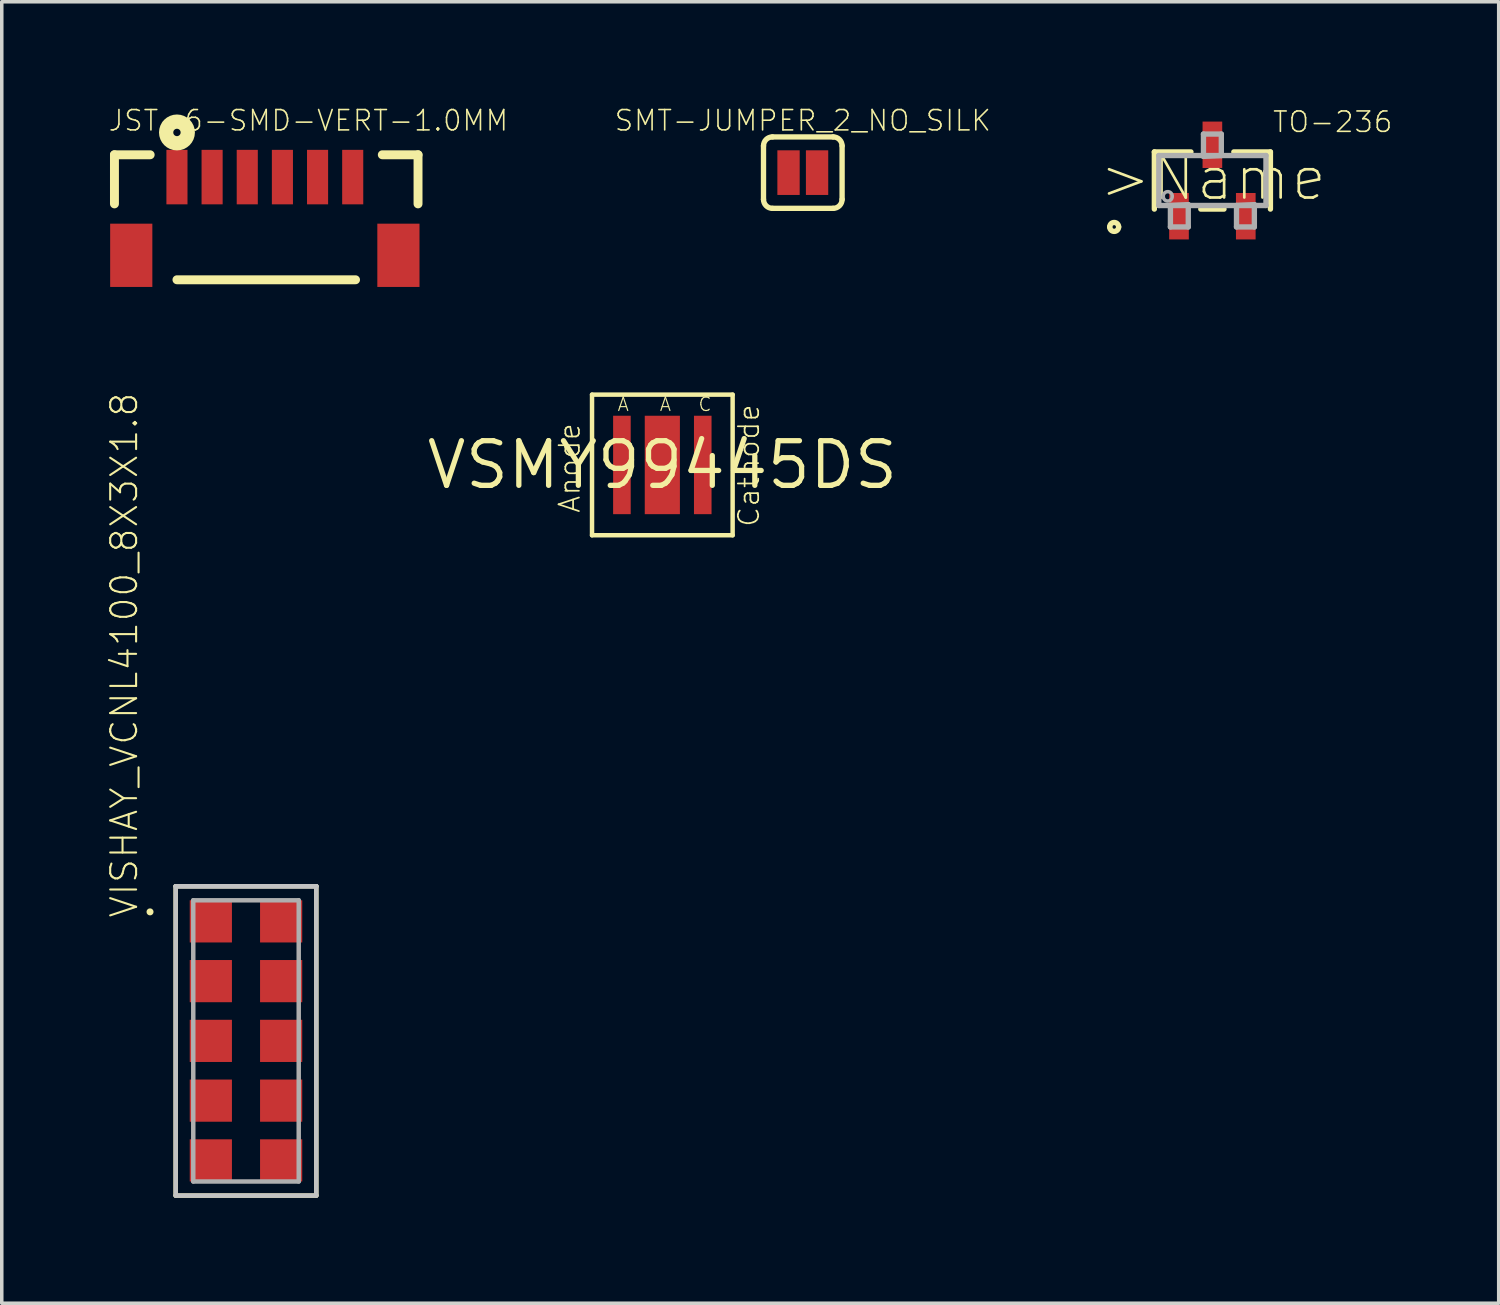
<source format=kicad_pcb>
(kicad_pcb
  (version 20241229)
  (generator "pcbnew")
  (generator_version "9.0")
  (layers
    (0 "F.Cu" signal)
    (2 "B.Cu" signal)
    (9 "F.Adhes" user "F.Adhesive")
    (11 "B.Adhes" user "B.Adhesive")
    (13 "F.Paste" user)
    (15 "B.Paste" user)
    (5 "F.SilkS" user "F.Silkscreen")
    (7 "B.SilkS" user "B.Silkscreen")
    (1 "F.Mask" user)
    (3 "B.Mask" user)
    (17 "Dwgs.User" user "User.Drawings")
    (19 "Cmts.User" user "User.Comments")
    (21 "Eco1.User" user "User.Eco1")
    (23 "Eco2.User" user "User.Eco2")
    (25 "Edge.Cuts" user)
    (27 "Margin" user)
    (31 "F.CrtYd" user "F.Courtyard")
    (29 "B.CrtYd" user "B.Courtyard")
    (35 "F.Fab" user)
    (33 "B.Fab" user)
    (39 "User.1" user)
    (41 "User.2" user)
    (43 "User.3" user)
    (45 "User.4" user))
  (footprint "VISHAY_VCNL4100_8X3X1.8"
    (layer "F.Cu")
    (at 3.948 26.561)
    (property "Reference" "VISHAY_VCNL4100_8X3X1.8" (at -3.033 -3.461 90) (layer "F.SilkS") (effects (font (size 0.737 0.737) (thickness 0.059)) (justify left bottom)))
    (attr through_hole)
    (fp_line (start -2 -4.4) (end 2 -4.4) (stroke (width 0.127) (type solid)) (layer "F.SilkS"))
    (fp_line (start -2 4.4) (end -2 -4.4) (stroke (width 0.127) (type solid)) (layer "F.SilkS"))
    (fp_line (start 2 -4.4) (end 2 4.4) (stroke (width 0.127) (type solid)) (layer "F.SilkS"))
    (fp_line (start 2 4.4) (end -2 4.4) (stroke (width 0.127) (type solid)) (layer "F.SilkS"))
    (fp_circle (center -2.73 -3.67) (end -2.68 -3.67) (stroke (width 0.1) (type solid)) (fill no) (layer "F.SilkS"))
    (fp_line (start -2 -4.4) (end 2 -4.4) (stroke (width 0.127) (type solid)) (layer "Dwgs.User"))
    (fp_line (start -2 -4.4) (end 2 -4.4) (stroke (width 0.127) (type solid)) (layer "Dwgs.User"))
    (fp_line (start -2 4.4) (end -2 -4.4) (stroke (width 0.127) (type solid)) (layer "Dwgs.User"))
    (fp_line (start 2 -4.4) (end 2 4.4) (stroke (width 0.127) (type solid)) (layer "Dwgs.User"))
    (fp_line (start 2 4.4) (end -2 4.4) (stroke (width 0.127) (type solid)) (layer "Dwgs.User"))
    (fp_line (start -1.5 -4) (end 1.5 -4) (stroke (width 0.127) (type solid)) (layer "F.Fab"))
    (fp_line (start -1.5 4) (end -1.5 -4) (stroke (width 0.127) (type solid)) (layer "F.Fab"))
    (fp_line (start 1.5 -4) (end 1.5 4) (stroke (width 0.127) (type solid)) (layer "F.Fab"))
    (fp_line (start 1.5 4) (end -1.5 4) (stroke (width 0.127) (type solid)) (layer "F.Fab"))
    (pad "1" smd rect (at -1 -3.4 270) (size 1.2 1.2) (layers "F.Cu" "F.Mask" "F.Paste"))
    (pad "2" smd rect (at -1 -1.7 270) (size 1.2 1.2) (layers "F.Cu" "F.Mask" "F.Paste"))
    (pad "3" smd rect (at -1 0 270) (size 1.2 1.2) (layers "F.Cu" "F.Mask" "F.Paste"))
    (pad "4" smd rect (at -1 1.7 270) (size 1.2 1.2) (layers "F.Cu" "F.Mask" "F.Paste"))
    (pad "5" smd rect (at -1 3.4 270) (size 1.2 1.2) (layers "F.Cu" "F.Mask" "F.Paste"))
    (pad "6" smd rect (at 1 3.4 270) (size 1.2 1.2) (layers "F.Cu" "F.Mask" "F.Paste"))
    (pad "7" smd rect (at 1 1.7 270) (size 1.2 1.2) (layers "F.Cu" "F.Mask" "F.Paste"))
    (pad "8" smd rect (at 1 0 270) (size 1.2 1.2) (layers "F.Cu" "F.Mask" "F.Paste"))
    (pad "9" smd rect (at 1 -1.7 270) (size 1.2 1.2) (layers "F.Cu" "F.Mask" "F.Paste"))
    (pad "10" smd rect (at 1 -3.4 270) (size 1.2 1.2) (layers "F.Cu" "F.Mask" "F.Paste")))
  (footprint "JST-6-SMD-VERT-1.0MM"
    (layer "F.Cu")
    (at 4.524 3.258)
    (property "Reference" "JST-6-SMD-VERT-1.0MM" (at -4.524 -2.54 180) (layer "F.SilkS") (effects (font (size 0.579 0.579) (thickness 0.046)) (justify left bottom)))
    (attr through_hole)
    (fp_line (start -4.318 -1.905) (end -3.302 -1.905) (stroke (width 0.254) (type solid)) (layer "F.SilkS"))
    (fp_line (start -4.318 -0.508) (end -4.318 -1.905) (stroke (width 0.254) (type solid)) (layer "F.SilkS"))
    (fp_line (start -2.54 1.651) (end 2.54 1.651) (stroke (width 0.254) (type solid)) (layer "F.SilkS"))
    (fp_line (start 3.302 -1.905) (end 4.318 -1.905) (stroke (width 0.254) (type solid)) (layer "F.SilkS"))
    (fp_line (start 4.318 -1.905) (end 4.318 -0.508) (stroke (width 0.254) (type solid)) (layer "F.SilkS"))
    (fp_circle (center -2.54 -2.54) (end -2.435 -2.54) (stroke (width 0.406) (type solid)) (fill no) (layer "F.SilkS"))
    (pad "1" smd rect (at -2.54 -1.27) (size 0.6 1.55) (layers "F.Cu" "F.Mask" "F.Paste"))
    (pad "2" smd rect (at -1.54 -1.27) (size 0.6 1.55) (layers "F.Cu" "F.Mask" "F.Paste"))
    (pad "3" smd rect (at -0.54 -1.27) (size 0.6 1.55) (layers "F.Cu" "F.Mask" "F.Paste"))
    (pad "4" smd rect (at 0.46 -1.27) (size 0.6 1.55) (layers "F.Cu" "F.Mask" "F.Paste"))
    (pad "5" smd rect (at 1.46 -1.27) (size 0.6 1.55) (layers "F.Cu" "F.Mask" "F.Paste"))
    (pad "6" smd rect (at 2.46 -1.27) (size 0.6 1.55) (layers "F.Cu" "F.Mask" "F.Paste"))
    (pad "P$1" smd rect (at -3.84 0.955) (size 1.2 1.8) (layers "F.Cu" "F.Mask" "F.Paste"))
    (pad "P$2" smd rect (at 3.76 0.955) (size 1.2 1.8) (layers "F.Cu" "F.Mask" "F.Paste")))
  (footprint "TO-236"
    (layer "F.Cu")
    (at 31.44 2.085)
    (property "Reference" "TO-236" (at 3.423 -1.665 180) (layer "F.SilkS") (effects (font (size 0.579 0.579) (thickness 0.046))))
    (attr through_hole)
    (fp_line (start -1.651 -0.813) (end -1.651 0.813) (stroke (width 0.152) (type solid)) (layer "F.SilkS"))
    (fp_line (start -0.61 -0.813) (end -1.651 -0.813) (stroke (width 0.152) (type solid)) (layer "F.SilkS"))
    (fp_line (start -0.33 0.813) (end 0.33 0.813) (stroke (width 0.152) (type solid)) (layer "F.SilkS"))
    (fp_line (start 1.651 -0.813) (end 0.61 -0.813) (stroke (width 0.152) (type solid)) (layer "F.SilkS"))
    (fp_line (start 1.651 0.813) (end 1.651 -0.813) (stroke (width 0.152) (type solid)) (layer "F.SilkS"))
    (fp_arc (start -2.921 1.3208) (mid -2.794 1.1938) (end -2.667 1.3208) (stroke (width 0.1524) (type solid)) (layer "F.SilkS"))
    (fp_arc (start -2.667 1.3208) (mid -2.794 1.4478) (end -2.921 1.3208) (stroke (width 0.1524) (type solid)) (layer "F.SilkS"))
    (fp_line (start -1.524 -0.711) (end -1.524 0.711) (stroke (width 0.152) (type solid)) (layer "F.Fab"))
    (fp_line (start -1.524 0.711) (end 1.524 0.711) (stroke (width 0.152) (type solid)) (layer "F.Fab"))
    (fp_line (start -1.194 0.711) (end -1.194 1.321) (stroke (width 0.152) (type solid)) (layer "F.Fab"))
    (fp_line (start -1.194 1.321) (end -0.686 1.321) (stroke (width 0.152) (type solid)) (layer "F.Fab"))
    (fp_line (start -0.686 0.686) (end -1.194 0.711) (stroke (width 0.152) (type solid)) (layer "F.Fab"))
    (fp_line (start -0.686 1.321) (end -0.686 0.686) (stroke (width 0.152) (type solid)) (layer "F.Fab"))
    (fp_line (start -0.254 -1.321) (end -0.254 -0.686) (stroke (width 0.152) (type solid)) (layer "F.Fab"))
    (fp_line (start -0.254 -0.686) (end 0.254 -0.711) (stroke (width 0.152) (type solid)) (layer "F.Fab"))
    (fp_line (start 0.254 -1.321) (end -0.254 -1.321) (stroke (width 0.152) (type solid)) (layer "F.Fab"))
    (fp_line (start 0.254 -0.711) (end 0.254 -1.321) (stroke (width 0.152) (type solid)) (layer "F.Fab"))
    (fp_line (start 0.686 0.711) (end 0.686 1.321) (stroke (width 0.152) (type solid)) (layer "F.Fab"))
    (fp_line (start 0.686 1.321) (end 1.194 1.321) (stroke (width 0.152) (type solid)) (layer "F.Fab"))
    (fp_line (start 1.194 0.686) (end 0.686 0.711) (stroke (width 0.152) (type solid)) (layer "F.Fab"))
    (fp_line (start 1.194 1.321) (end 1.194 0.686) (stroke (width 0.152) (type solid)) (layer "F.Fab"))
    (fp_line (start 1.524 -0.711) (end -1.524 -0.711) (stroke (width 0.152) (type solid)) (layer "F.Fab"))
    (fp_line (start 1.524 0.711) (end 1.524 -0.711) (stroke (width 0.152) (type solid)) (layer "F.Fab"))
    (fp_arc (start -1.397 0.4572) (mid -1.2827 0.3175) (end -1.143 0.4318) (stroke (width 0.1) (type solid)) (layer "F.Fab"))
    (fp_arc (start -1.143 0.4572) (mid -1.27 0.5842) (end -1.397 0.4572) (stroke (width 0.1) (type solid)) (layer "F.Fab"))
    (fp_text user ">Name" (at -3.277 0.635 0) (layer "F.SilkS") (effects (font (size 1.206 1.206) (thickness 0.076)) (justify left bottom)))
    (pad "1" smd rect (at -0.95 1.016) (size 0.559 1.321) (layers "F.Cu" "F.Mask" "F.Paste"))
    (pad "2" smd rect (at 0.95 1.016) (size 0.559 1.321) (layers "F.Cu" "F.Mask" "F.Paste"))
    (pad "3" smd rect (at 0 -1.016) (size 0.559 1.321) (layers "F.Cu" "F.Mask" "F.Paste")))
  (footprint "VSMY99445DS"
    (layer "F.Cu")
    (at 15.792 10.177)
    (property "Reference" "VSMY99445DS" (at 0 0 0) (layer "F.SilkS") (effects (font (size 1.27 1.27) (thickness 0.15))))
    (attr through_hole)
    (fp_line (start -2 -2) (end 2 -2) (stroke (width 0.127) (type solid)) (layer "F.SilkS"))
    (fp_line (start -2 2) (end -2 -2) (stroke (width 0.127) (type solid)) (layer "F.SilkS"))
    (fp_line (start 2 -2) (end 2 2) (stroke (width 0.127) (type solid)) (layer "F.SilkS"))
    (fp_line (start 2 2) (end -2 2) (stroke (width 0.127) (type solid)) (layer "F.SilkS"))
    (fp_text user "Anode" (at -2.3 1.4 90) (layer "F.SilkS") (effects (font (size 0.579 0.579) (thickness 0.049)) (justify left bottom)))
    (fp_text user "Cathode" (at 2.8 1.8 90) (layer "F.SilkS") (effects (font (size 0.579 0.579) (thickness 0.049)) (justify left bottom)))
    (fp_text user "A" (at -1.3 -1.5 0) (layer "F.SilkS") (effects (font (size 0.386 0.386) (thickness 0.033)) (justify left bottom)))
    (fp_text user "C" (at 1 -1.5 0) (layer "F.SilkS") (effects (font (size 0.386 0.386) (thickness 0.033)) (justify left bottom)))
    (fp_text user "A" (at -0.1 -1.5 0) (layer "F.SilkS") (effects (font (size 0.386 0.386) (thickness 0.033)) (justify left bottom)))
    (pad "P$1" smd rect (at 0 0) (size 1 2.8) (layers "F.Cu" "F.Mask" "F.Paste"))
    (pad "P$2" smd rect (at -1.15 0) (size 0.5 2.8) (layers "F.Cu" "F.Mask" "F.Paste"))
    (pad "P$3" smd rect (at 1.15 0) (size 0.5 2.8) (layers "F.Cu" "F.Mask" "F.Paste")))
  (footprint "SMT-JUMPER_2_NO_SILK"
    (layer "F.Cu")
    (at 19.788 1.861)
    (property "Reference" "SMT-JUMPER_2_NO_SILK" (at 0 -1.143 0) (layer "F.SilkS") (effects (font (size 0.579 0.579) (thickness 0.046)) (justify bottom)))
    (attr through_hole)
    (fp_line (start -1.118 0.762) (end -1.118 -0.762) (stroke (width 0.152) (type solid)) (layer "F.SilkS"))
    (fp_line (start -0.864 -1.016) (end 0.864 -1.016) (stroke (width 0.152) (type solid)) (layer "F.SilkS"))
    (fp_line (start 0.864 1.016) (end -0.864 1.016) (stroke (width 0.152) (type solid)) (layer "F.SilkS"))
    (fp_line (start 1.118 0.762) (end 1.118 -0.762) (stroke (width 0.152) (type solid)) (layer "F.SilkS"))
    (fp_arc (start -1.1176 -0.762) (mid -1.043205 -0.941605) (end -0.8636 -1.016) (stroke (width 0.1524) (type solid)) (layer "F.SilkS"))
    (fp_arc (start -0.8636 1.016) (mid -1.043205 0.941605) (end -1.1176 0.762) (stroke (width 0.1524) (type solid)) (layer "F.SilkS"))
    (fp_arc (start 0.8636 -1.016) (mid 1.043205 -0.941605) (end 1.1176 -0.762) (stroke (width 0.1524) (type solid)) (layer "F.SilkS"))
    (fp_arc (start 1.1176 0.762) (mid 1.043205 0.941605) (end 0.8636 1.016) (stroke (width 0.1524) (type solid)) (layer "F.SilkS"))
    (pad "1" smd rect (at -0.406 0) (size 0.635 1.27) (layers "F.Cu" "F.Mask"))
    (pad "2" smd rect (at 0.406 0) (size 0.635 1.27) (layers "F.Cu" "F.Mask")))
  (gr_rect
    (start -3 -3)
    (end 39.585 34.025)
    (stroke (width 0.1) (type default))
    (fill no)
    (layer "Edge.Cuts")))
</source>
